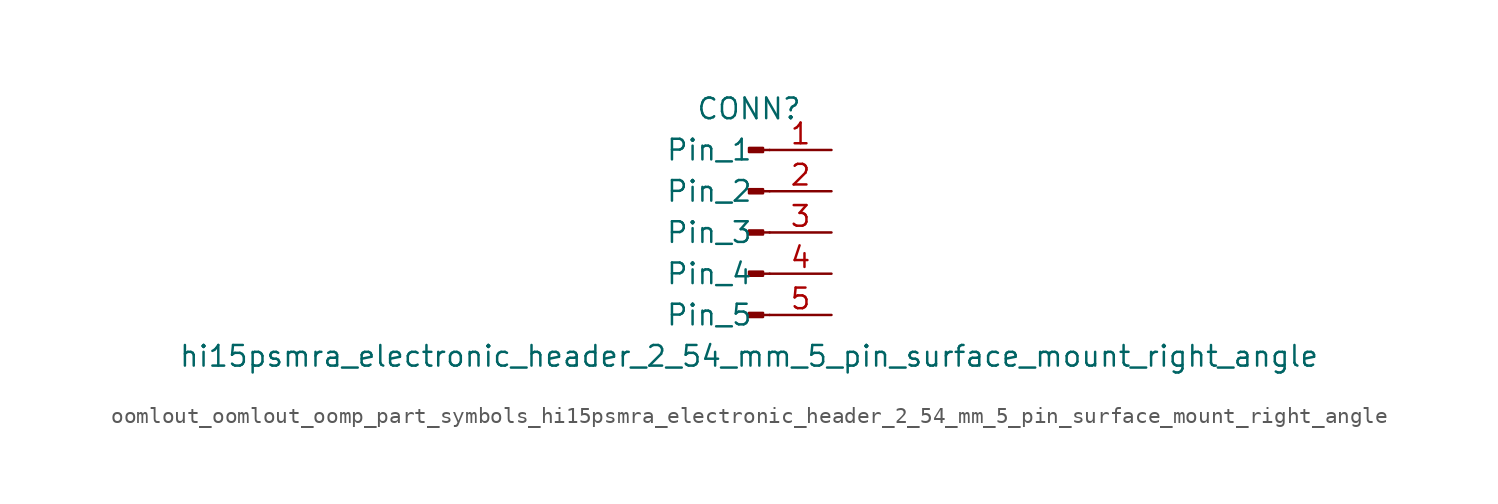
<source format=kicad_sym>
(kicad_symbol_lib
  (version 20220914)
  (generator kicad_symbol_editor)
  (symbol "oomlout_oomlout_oomp_part_symbols_hi15psmra_electronic_header_2_54_mm_5_pin_surface_mount_right_angle"
    (pin_names
      (offset 1.016))
    (property "Reference" "CONN"
      (at 0 7.62 0)
      (effects (font (size 1.27 1.27))))
    (property "Value" "hi15psmra_electronic_header_2_54_mm_5_pin_surface_mount_right_angle"
      (at 0 -7.62 0)
      (effects (font (size 1.27 1.27))))
    (property "ki_locked" ""
      (at 0 0 0)
      (effects (font (size 1.27 1.27))))
    (symbol "oomlout_oomlout_oomp_part_symbols_hi15psmra_electronic_header_2_54_mm_5_pin_surface_mount_right_angle_1_1"
      (polyline (pts (xy 1.27 -5.08) (xy 0.864 -5.08)) (stroke (width 0.152) (type default)) (fill (type none)))
      (polyline (pts (xy 1.27 -2.54) (xy 0.864 -2.54)) (stroke (width 0.152) (type default)) (fill (type none)))
      (polyline (pts (xy 1.27 0) (xy 0.864 0)) (stroke (width 0.152) (type default)) (fill (type none)))
      (polyline (pts (xy 1.27 2.54) (xy 0.864 2.54)) (stroke (width 0.152) (type default)) (fill (type none)))
      (polyline (pts (xy 1.27 5.08) (xy 0.864 5.08)) (stroke (width 0.152) (type default)) (fill (type none)))
      (rectangle (start 0.864 -4.953) (end 0 -5.207) (stroke (width 0.152) (type default)) (fill (type outline)))
      (rectangle (start 0.864 -2.413) (end 0 -2.667) (stroke (width 0.152) (type default)) (fill (type outline)))
      (rectangle (start 0.864 0.127) (end 0 -0.127) (stroke (width 0.152) (type default)) (fill (type outline)))
      (rectangle (start 0.864 2.667) (end 0 2.413) (stroke (width 0.152) (type default)) (fill (type outline)))
      (rectangle (start 0.864 5.207) (end 0 4.953) (stroke (width 0.152) (type default)) (fill (type outline)))
      (pin passive line (at 5.08 5.08 180) (length 3.81) (name "Pin_1" (effects (font (size 1.27 1.27)))) (number "1" (effects (font (size 1.27 1.27)))))
      (pin passive line (at 5.08 2.54 180) (length 3.81) (name "Pin_2" (effects (font (size 1.27 1.27)))) (number "2" (effects (font (size 1.27 1.27)))))
      (pin passive line (at 5.08 0 180) (length 3.81) (name "Pin_3" (effects (font (size 1.27 1.27)))) (number "3" (effects (font (size 1.27 1.27)))))
      (pin passive line (at 5.08 -2.54 180) (length 3.81) (name "Pin_4" (effects (font (size 1.27 1.27)))) (number "4" (effects (font (size 1.27 1.27)))))
      (pin passive line (at 5.08 -5.08 180) (length 3.81) (name "Pin_5" (effects (font (size 1.27 1.27)))) (number "5" (effects (font (size 1.27 1.27))))))))
</source>
